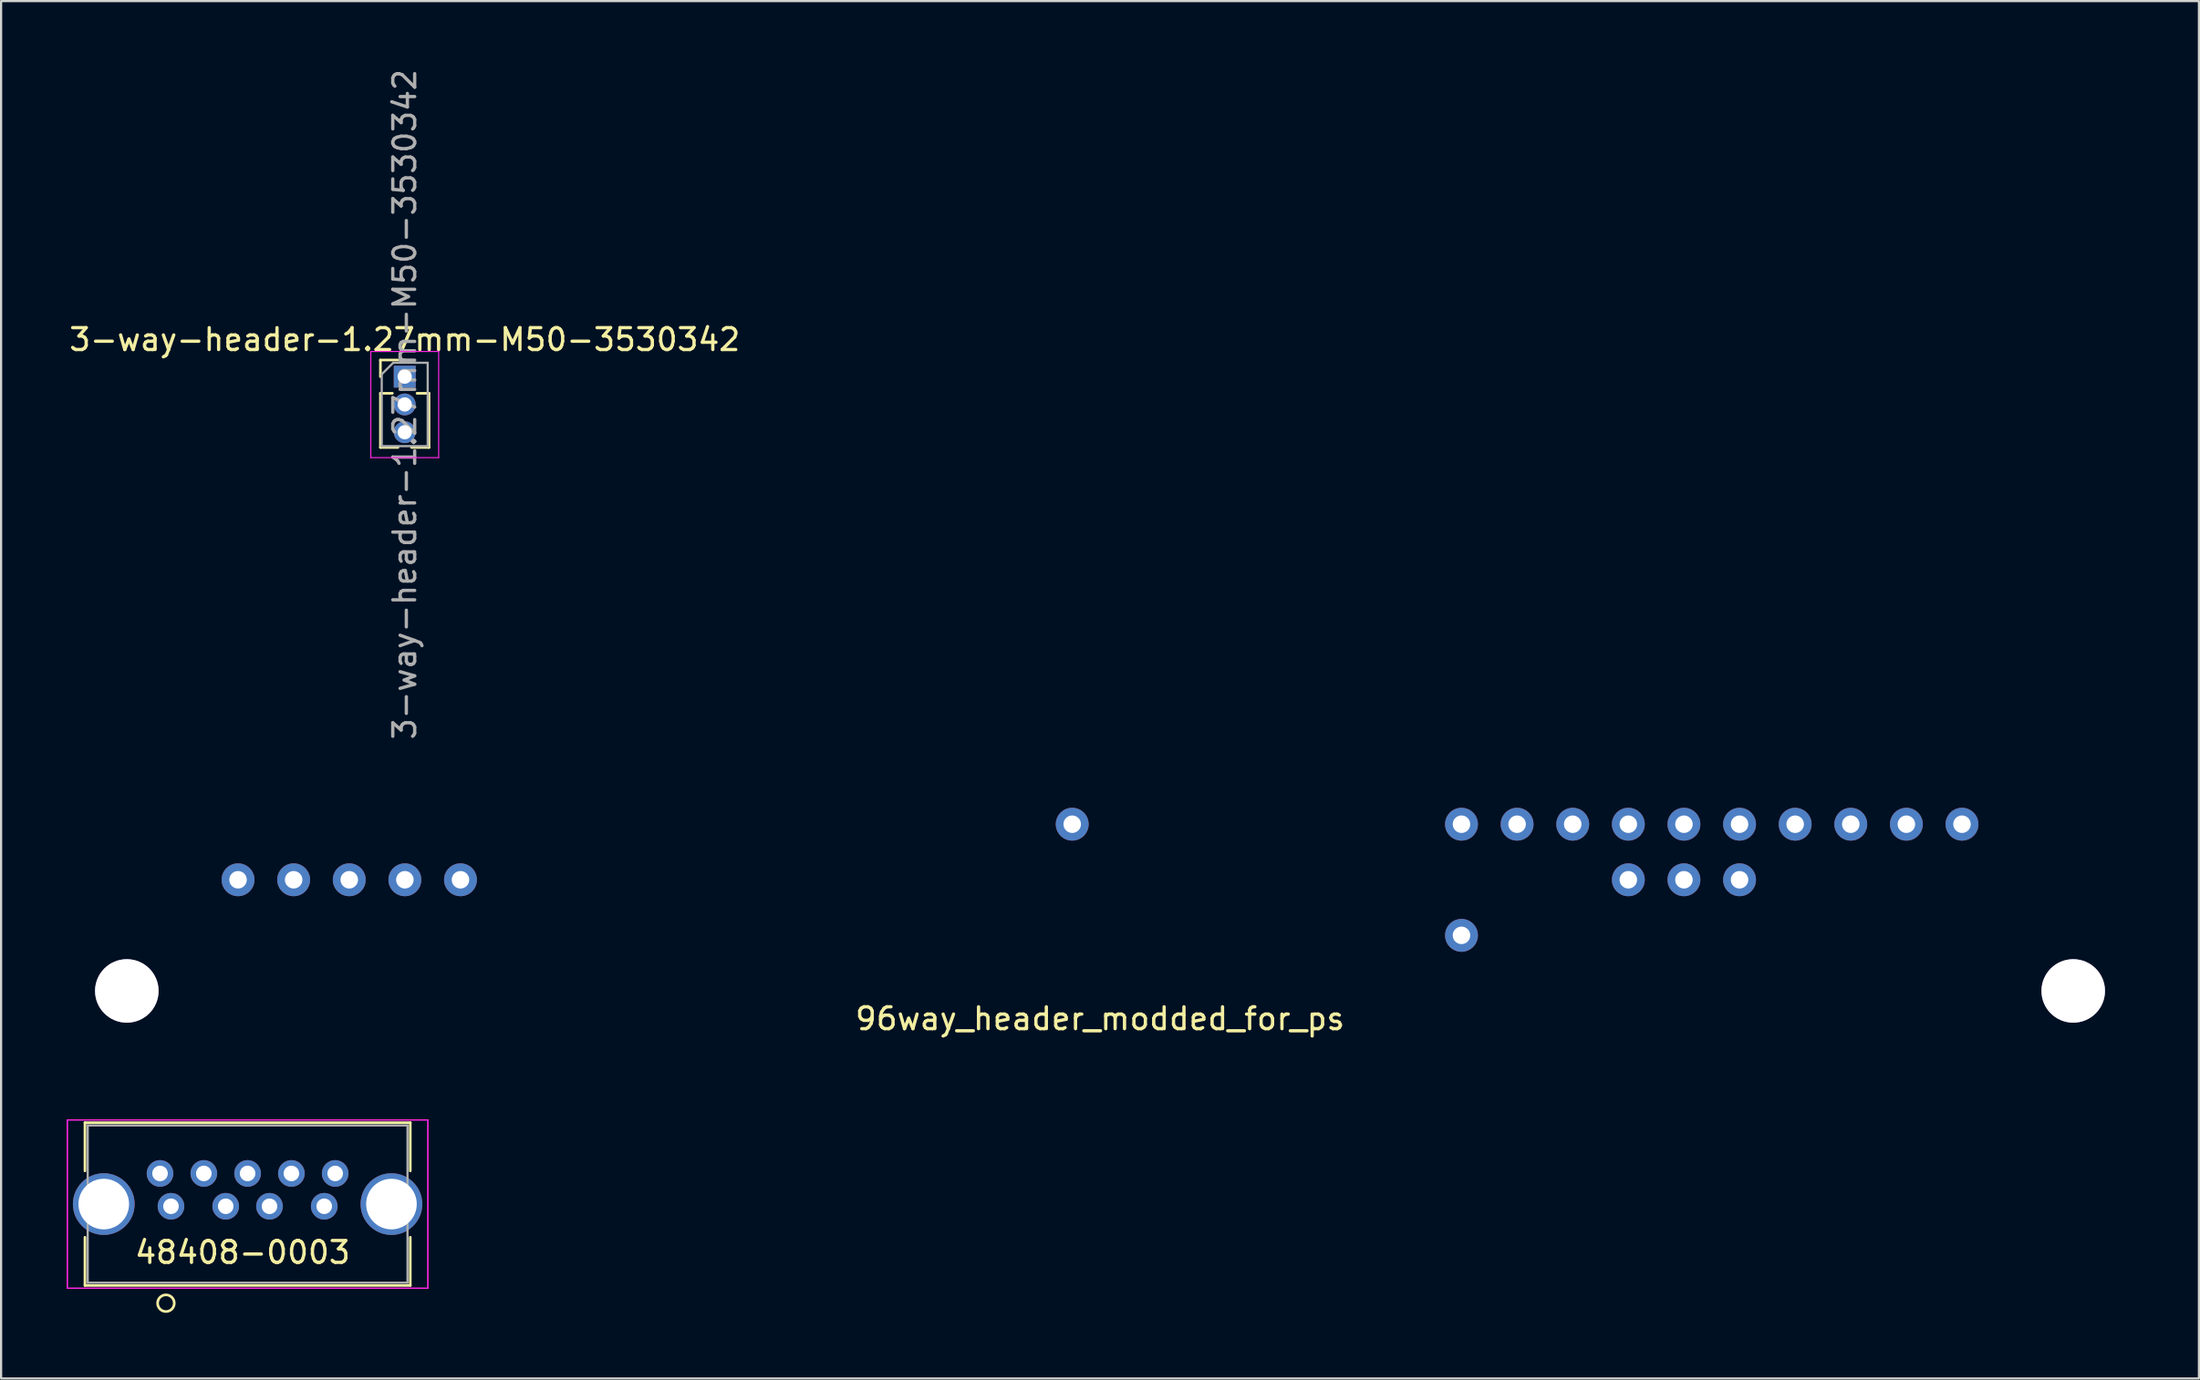
<source format=kicad_pcb>
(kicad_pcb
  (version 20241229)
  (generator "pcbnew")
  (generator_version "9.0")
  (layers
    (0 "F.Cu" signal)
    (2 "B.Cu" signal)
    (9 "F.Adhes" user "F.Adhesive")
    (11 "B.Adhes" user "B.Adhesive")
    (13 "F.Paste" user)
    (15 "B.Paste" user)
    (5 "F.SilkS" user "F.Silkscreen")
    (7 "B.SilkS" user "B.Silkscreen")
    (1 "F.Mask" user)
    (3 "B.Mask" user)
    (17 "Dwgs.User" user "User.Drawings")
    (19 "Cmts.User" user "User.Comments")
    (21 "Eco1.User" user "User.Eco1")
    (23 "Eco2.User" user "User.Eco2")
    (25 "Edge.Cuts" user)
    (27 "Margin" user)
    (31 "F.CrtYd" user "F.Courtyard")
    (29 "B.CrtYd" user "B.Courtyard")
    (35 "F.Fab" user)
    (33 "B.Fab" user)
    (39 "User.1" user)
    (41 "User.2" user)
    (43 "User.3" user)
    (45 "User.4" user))
  (footprint "96way_header_modded_for_ps"
    (layer "F.Cu")
    (at 47.192 37.16)
    (property "Reference" "96way_header_modded_for_ps" (at 0 6.35 0) (layer "F.SilkS") (effects (font (size 1 1) (thickness 0.15))))
    (attr through_hole)
    (fp_line (start 47.117 7.874) (end -47.117 7.874) (stroke (width 0.15) (type solid)) (layer "Eco2.User"))
    (pad "1" thru_hole circle (at -44.45 5.08) (size 2.901 2.901) (drill 2.901) (layers "*.Cu" "*.Mask"))
    (pad "1" thru_hole circle (at 44.45 5.08) (size 2.901 2.901) (drill 2.901) (layers "*.Cu" "*.Mask"))
    (pad "1c" thru_hole circle (at 39.37 -2.54 180) (size 1.501 1.501) (drill 0.8) (layers "*.Cu" "*.Mask"))
    (pad "2c" thru_hole circle (at 36.83 -2.54 180) (size 1.501 1.501) (drill 0.8) (layers "*.Cu" "*.Mask"))
    (pad "3c" thru_hole circle (at 34.29 -2.54 180) (size 1.501 1.501) (drill 0.8) (layers "*.Cu" "*.Mask"))
    (pad "4c" thru_hole circle (at 31.75 -2.54 180) (size 1.501 1.501) (drill 0.8) (layers "*.Cu" "*.Mask"))
    (pad "5b" thru_hole circle (at 29.21 0 180) (size 1.501 1.501) (drill 0.8) (layers "*.Cu" "*.Mask"))
    (pad "5c" thru_hole circle (at 29.21 -2.54 180) (size 1.501 1.501) (drill 0.8) (layers "*.Cu" "*.Mask"))
    (pad "6b" thru_hole circle (at 26.67 0 180) (size 1.501 1.501) (drill 0.8) (layers "*.Cu" "*.Mask"))
    (pad "6c" thru_hole circle (at 26.67 -2.54 180) (size 1.501 1.501) (drill 0.8) (layers "*.Cu" "*.Mask"))
    (pad "7b" thru_hole circle (at 24.13 0 180) (size 1.501 1.501) (drill 0.8) (layers "*.Cu" "*.Mask"))
    (pad "7c" thru_hole circle (at 24.13 -2.54 180) (size 1.501 1.501) (drill 0.8) (layers "*.Cu" "*.Mask"))
    (pad "8c" thru_hole circle (at 21.59 -2.54 180) (size 1.501 1.501) (drill 0.8) (layers "*.Cu" "*.Mask"))
    (pad "9c" thru_hole circle (at 19.05 -2.54 180) (size 1.501 1.501) (drill 0.8) (layers "*.Cu" "*.Mask"))
    (pad "10a" thru_hole circle (at 16.51 2.54 180) (size 1.501 1.501) (drill 0.8) (layers "*.Cu" "*.Mask"))
    (pad "10c" thru_hole circle (at 16.51 -2.54 180) (size 1.501 1.501) (drill 0.8) (layers "*.Cu" "*.Mask"))
    (pad "17c" thru_hole circle (at -1.27 -2.54 180) (size 1.501 1.501) (drill 0.8) (layers "*.Cu" "*.Mask"))
    (pad "28b" thru_hole circle (at -29.21 0 180) (size 1.501 1.501) (drill 0.8) (layers "*.Cu" "*.Mask"))
    (pad "29b" thru_hole circle (at -31.75 0 180) (size 1.501 1.501) (drill 0.8) (layers "*.Cu" "*.Mask"))
    (pad "30b" thru_hole circle (at -34.29 0 180) (size 1.501 1.501) (drill 0.8) (layers "*.Cu" "*.Mask"))
    (pad "31b" thru_hole circle (at -36.83 0 180) (size 1.501 1.501) (drill 0.8) (layers "*.Cu" "*.Mask"))
    (pad "32b" thru_hole circle (at -39.37 0 180) (size 1.501 1.501) (drill 0.8) (layers "*.Cu" "*.Mask")))
  (footprint "3-way-header-1.27mm-M50-3530342"
    (layer "F.Cu")
    (at 15.435 14.165)
    (property "Reference" "3-way-header-1.27mm-M50-3530342" (at 0 -1.695 0) (layer "F.SilkS") (effects (font (size 1 1) (thickness 0.15))))
    (attr through_hole)
    (fp_line (start -1.11 -0.76) (end 0 -0.76) (stroke (width 0.12) (type solid)) (layer "F.SilkS"))
    (fp_line (start -1.11 0) (end -1.11 -0.76) (stroke (width 0.12) (type solid)) (layer "F.SilkS"))
    (fp_line (start -1.11 0.76) (end -1.11 3.235) (stroke (width 0.12) (type solid)) (layer "F.SilkS"))
    (fp_line (start -1.11 0.76) (end -0.563 0.76) (stroke (width 0.12) (type solid)) (layer "F.SilkS"))
    (fp_line (start -1.11 3.235) (end -0.308 3.235) (stroke (width 0.12) (type solid)) (layer "F.SilkS"))
    (fp_line (start 0.308 3.235) (end 1.11 3.235) (stroke (width 0.12) (type solid)) (layer "F.SilkS"))
    (fp_line (start 0.563 0.76) (end 1.11 0.76) (stroke (width 0.12) (type solid)) (layer "F.SilkS"))
    (fp_line (start 1.11 0.76) (end 1.11 3.235) (stroke (width 0.12) (type solid)) (layer "F.SilkS"))
    (fp_line (start -1.55 -1.15) (end -1.55 3.7) (stroke (width 0.05) (type solid)) (layer "F.CrtYd"))
    (fp_line (start -1.55 3.7) (end 1.55 3.7) (stroke (width 0.05) (type solid)) (layer "F.CrtYd"))
    (fp_line (start 1.55 -1.15) (end -1.55 -1.15) (stroke (width 0.05) (type solid)) (layer "F.CrtYd"))
    (fp_line (start 1.55 3.7) (end 1.55 -1.15) (stroke (width 0.05) (type solid)) (layer "F.CrtYd"))
    (fp_line (start -1.05 -0.11) (end -0.525 -0.635) (stroke (width 0.1) (type solid)) (layer "F.Fab"))
    (fp_line (start -1.05 3.175) (end -1.05 -0.11) (stroke (width 0.1) (type solid)) (layer "F.Fab"))
    (fp_line (start -0.525 -0.635) (end 1.05 -0.635) (stroke (width 0.1) (type solid)) (layer "F.Fab"))
    (fp_line (start 1.05 -0.635) (end 1.05 3.175) (stroke (width 0.1) (type solid)) (layer "F.Fab"))
    (fp_line (start 1.05 3.175) (end -1.05 3.175) (stroke (width 0.1) (type solid)) (layer "F.Fab"))
    (fp_text user "${REFERENCE}" (at 0 1.27 90) (layer "F.Fab") (effects (font (size 1 1) (thickness 0.15))))
    (pad "1" thru_hole rect (at 0 0) (size 1 1) (drill 0.65) (layers "*.Cu" "*.Mask"))
    (pad "2" thru_hole oval (at 0 1.27) (size 1 1) (drill 0.65) (layers "*.Cu" "*.Mask"))
    (pad "3" thru_hole oval (at 0 2.54) (size 1 1) (drill 0.65) (layers "*.Cu" "*.Mask")))
  (footprint "48408-0003"
    (layer "F.Cu")
    (at 4.259 50.582)
    (property "Reference" "48408-0003" (at 3.77 3.61 0) (layer "F.SilkS") (effects (font (size 1 1) (thickness 0.15))))
    (attr through_hole)
    (fp_line (start -3.429 -2.321) (end -3.429 -0.116) (stroke (width 0.12) (type solid)) (layer "F.SilkS"))
    (fp_line (start -3.429 2.916) (end -3.429 5.121) (stroke (width 0.12) (type solid)) (layer "F.SilkS"))
    (fp_line (start -3.429 5.121) (end 11.43 5.121) (stroke (width 0.12) (type solid)) (layer "F.SilkS"))
    (fp_line (start 11.43 -2.321) (end -3.429 -2.321) (stroke (width 0.12) (type solid)) (layer "F.SilkS"))
    (fp_line (start 11.43 -0.116) (end 11.43 -2.321) (stroke (width 0.12) (type solid)) (layer "F.SilkS"))
    (fp_line (start 11.43 5.121) (end 11.43 2.916) (stroke (width 0.12) (type solid)) (layer "F.SilkS"))
    (fp_circle (center 0.27 5.93) (end 0.651 5.93) (stroke (width 0.12) (type solid)) (fill no) (layer "F.SilkS"))
    (fp_line (start -4.234 -2.448) (end -4.234 5.248) (stroke (width 0.05) (type solid)) (layer "F.CrtYd"))
    (fp_line (start -4.234 -2.448) (end -4.234 5.248) (stroke (width 0.05) (type solid)) (layer "F.CrtYd"))
    (fp_line (start -4.234 5.248) (end 12.234 5.248) (stroke (width 0.05) (type solid)) (layer "F.CrtYd"))
    (fp_line (start -4.234 5.248) (end 12.234 5.248) (stroke (width 0.05) (type solid)) (layer "F.CrtYd"))
    (fp_line (start 12.234 -2.448) (end -4.234 -2.448) (stroke (width 0.05) (type solid)) (layer "F.CrtYd"))
    (fp_line (start 12.234 -2.448) (end -4.234 -2.448) (stroke (width 0.05) (type solid)) (layer "F.CrtYd"))
    (fp_line (start 12.234 5.248) (end 12.234 -2.448) (stroke (width 0.05) (type solid)) (layer "F.CrtYd"))
    (fp_line (start 12.234 5.248) (end 12.234 -2.448) (stroke (width 0.05) (type solid)) (layer "F.CrtYd"))
    (fp_line (start -3.303 -2.194) (end -3.303 4.994) (stroke (width 0.1) (type solid)) (layer "F.Fab"))
    (fp_line (start -3.303 4.994) (end 11.303 4.994) (stroke (width 0.1) (type solid)) (layer "F.Fab"))
    (fp_line (start 11.303 -2.194) (end -3.303 -2.194) (stroke (width 0.1) (type solid)) (layer "F.Fab"))
    (fp_line (start 11.303 4.994) (end 11.303 -2.194) (stroke (width 0.1) (type solid)) (layer "F.Fab"))
    (pad "1" thru_hole circle (at 0.5 1.5) (size 1.219 1.219) (drill 0.711) (layers "*.Cu" "*.Mask"))
    (pad "2" thru_hole circle (at 3 1.5) (size 1.219 1.219) (drill 0.711) (layers "*.Cu" "*.Mask"))
    (pad "3" thru_hole circle (at 5 1.5) (size 1.219 1.219) (drill 0.711) (layers "*.Cu" "*.Mask"))
    (pad "4" thru_hole circle (at 7.5 1.5) (size 1.219 1.219) (drill 0.711) (layers "*.Cu" "*.Mask"))
    (pad "5" thru_hole circle (at 8 0) (size 1.219 1.219) (drill 0.711) (layers "*.Cu" "*.Mask"))
    (pad "6" thru_hole circle (at 6 0) (size 1.219 1.219) (drill 0.711) (layers "*.Cu" "*.Mask"))
    (pad "7" thru_hole circle (at 4 0) (size 1.219 1.219) (drill 0.711) (layers "*.Cu" "*.Mask"))
    (pad "8" thru_hole circle (at 2 0) (size 1.219 1.219) (drill 0.711) (layers "*.Cu" "*.Mask"))
    (pad "9" thru_hole circle (at 0 0) (size 1.219 1.219) (drill 0.711) (layers "*.Cu" "*.Mask"))
    (pad "10" thru_hole circle (at -2.57 1.4 90) (size 2.819 2.819) (drill 2.311) (layers "*.Cu" "*.Mask"))
    (pad "10" thru_hole circle (at 10.57 1.4 90) (size 2.819 2.819) (drill 2.311) (layers "*.Cu" "*.Mask")))
  (gr_rect
    (start -3 -3)
    (end 97.384 59.953)
    (stroke (width 0.1) (type default))
    (fill no)
    (layer "Edge.Cuts")))
</source>
